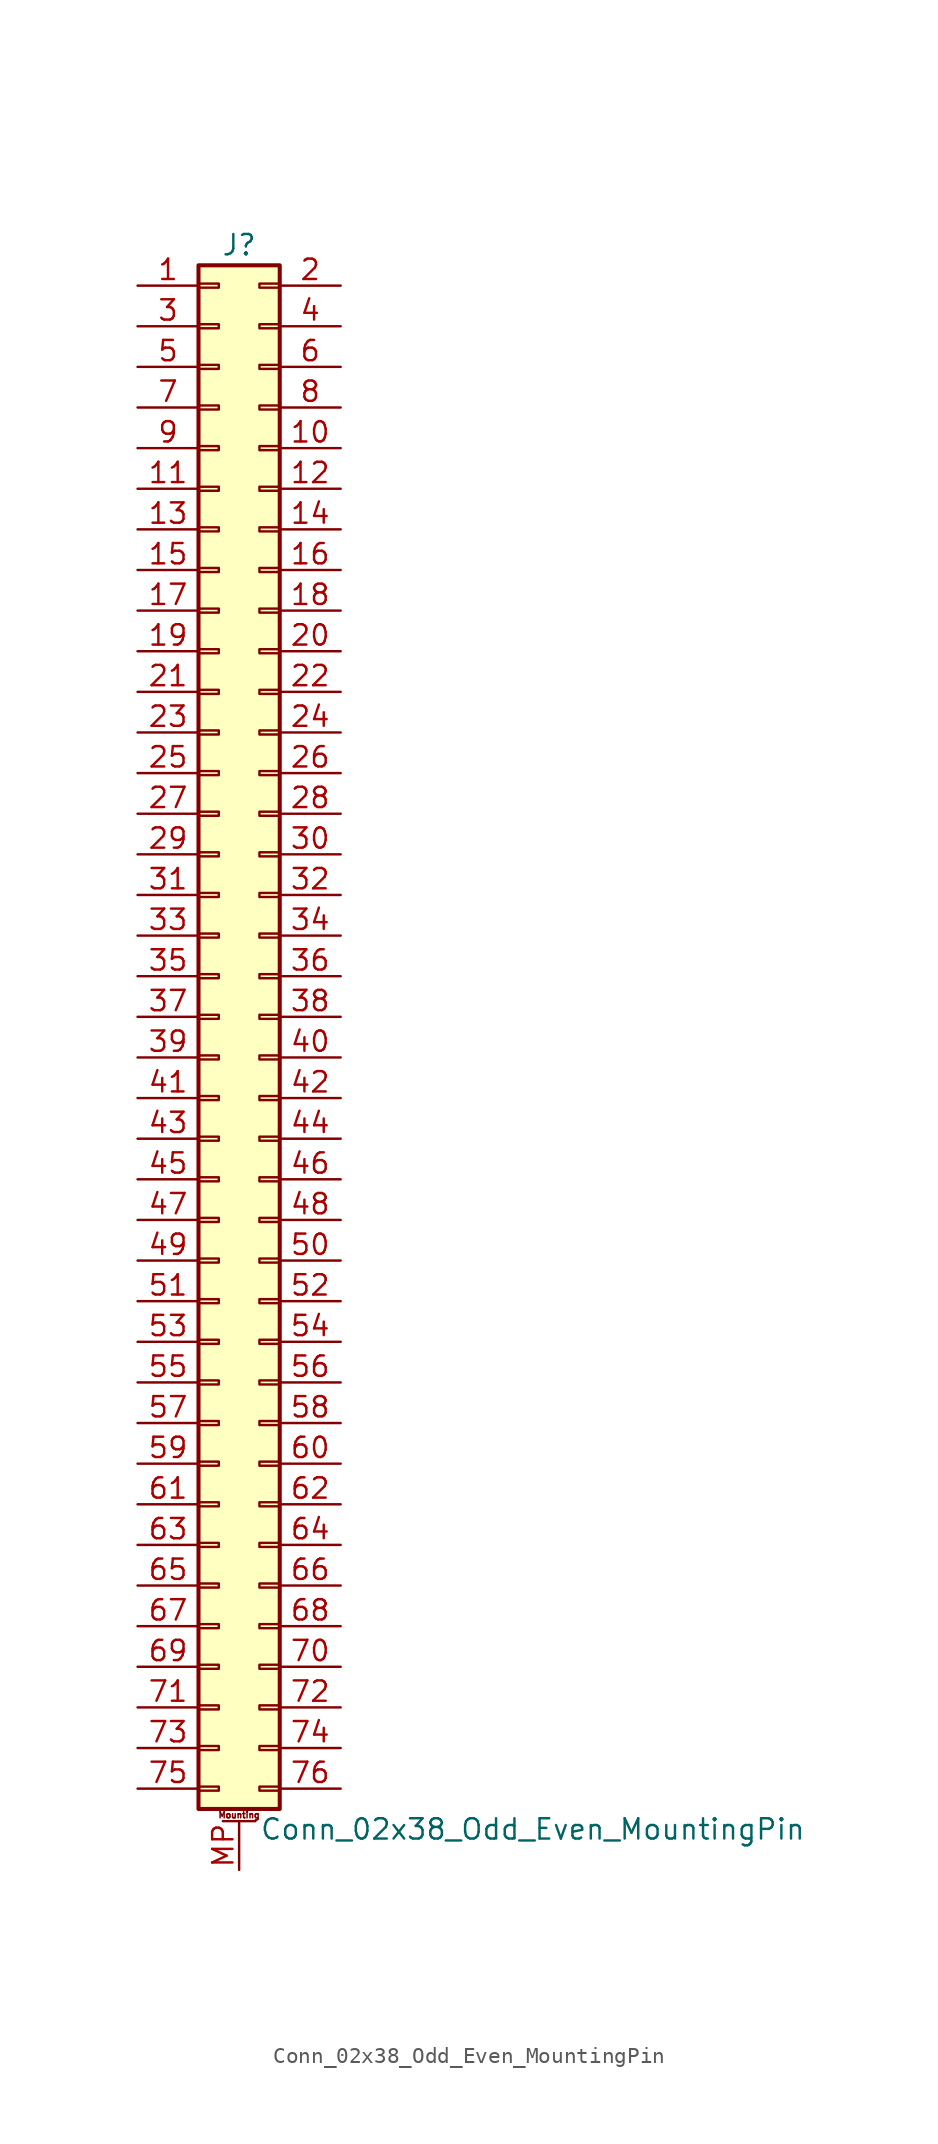
<source format=kicad_sym>
(kicad_symbol_lib
  (version 20201005)
  (generator kicad_symbol_editor)
  (symbol "Conn_02x38_Odd_Even_MountingPin"
    (pin_names
      (offset 1.016) hide)
    (property "Reference" "J"
      (at 1.27 48.26 0)
      (effects (font (size 1.27 1.27))))
    (property "Value" "Conn_02x38_Odd_Even_MountingPin"
      (at 2.54 -50.8 0)
      (effects (font (size 1.27 1.27)) (justify left)))
    (symbol "Conn_02x38_Odd_Even_MountingPin_1_1"
      (text "Mounting" (at 1.27 -49.911 0) (effects (font (size 0.381 0.381))))
      (rectangle (start -1.27 -48.133) (end 0 -48.387) (stroke (width 0.152)) (fill (type none)))
      (rectangle (start -1.27 -45.593) (end 0 -45.847) (stroke (width 0.152)) (fill (type none)))
      (rectangle (start -1.27 -43.053) (end 0 -43.307) (stroke (width 0.152)) (fill (type none)))
      (rectangle (start -1.27 -40.513) (end 0 -40.767) (stroke (width 0.152)) (fill (type none)))
      (rectangle (start -1.27 -37.973) (end 0 -38.227) (stroke (width 0.152)) (fill (type none)))
      (rectangle (start -1.27 -35.433) (end 0 -35.687) (stroke (width 0.152)) (fill (type none)))
      (rectangle (start -1.27 -32.893) (end 0 -33.147) (stroke (width 0.152)) (fill (type none)))
      (rectangle (start -1.27 -30.353) (end 0 -30.607) (stroke (width 0.152)) (fill (type none)))
      (rectangle (start -1.27 -27.813) (end 0 -28.067) (stroke (width 0.152)) (fill (type none)))
      (rectangle (start -1.27 -25.273) (end 0 -25.527) (stroke (width 0.152)) (fill (type none)))
      (rectangle (start -1.27 -22.733) (end 0 -22.987) (stroke (width 0.152)) (fill (type none)))
      (rectangle (start -1.27 -20.193) (end 0 -20.447) (stroke (width 0.152)) (fill (type none)))
      (rectangle (start -1.27 -17.653) (end 0 -17.907) (stroke (width 0.152)) (fill (type none)))
      (rectangle (start -1.27 -15.113) (end 0 -15.367) (stroke (width 0.152)) (fill (type none)))
      (rectangle (start -1.27 -12.573) (end 0 -12.827) (stroke (width 0.152)) (fill (type none)))
      (rectangle (start -1.27 -10.033) (end 0 -10.287) (stroke (width 0.152)) (fill (type none)))
      (rectangle (start -1.27 -7.493) (end 0 -7.747) (stroke (width 0.152)) (fill (type none)))
      (rectangle (start -1.27 -4.953) (end 0 -5.207) (stroke (width 0.152)) (fill (type none)))
      (rectangle (start -1.27 -2.413) (end 0 -2.667) (stroke (width 0.152)) (fill (type none)))
      (rectangle (start -1.27 0.127) (end 0 -0.127) (stroke (width 0.152)) (fill (type none)))
      (rectangle (start -1.27 2.667) (end 0 2.413) (stroke (width 0.152)) (fill (type none)))
      (rectangle (start -1.27 5.207) (end 0 4.953) (stroke (width 0.152)) (fill (type none)))
      (rectangle (start -1.27 7.747) (end 0 7.493) (stroke (width 0.152)) (fill (type none)))
      (rectangle (start -1.27 10.287) (end 0 10.033) (stroke (width 0.152)) (fill (type none)))
      (rectangle (start -1.27 12.827) (end 0 12.573) (stroke (width 0.152)) (fill (type none)))
      (rectangle (start -1.27 15.367) (end 0 15.113) (stroke (width 0.152)) (fill (type none)))
      (rectangle (start -1.27 17.907) (end 0 17.653) (stroke (width 0.152)) (fill (type none)))
      (rectangle (start -1.27 20.447) (end 0 20.193) (stroke (width 0.152)) (fill (type none)))
      (rectangle (start -1.27 22.987) (end 0 22.733) (stroke (width 0.152)) (fill (type none)))
      (rectangle (start -1.27 25.527) (end 0 25.273) (stroke (width 0.152)) (fill (type none)))
      (rectangle (start -1.27 28.067) (end 0 27.813) (stroke (width 0.152)) (fill (type none)))
      (rectangle (start -1.27 30.607) (end 0 30.353) (stroke (width 0.152)) (fill (type none)))
      (rectangle (start -1.27 33.147) (end 0 32.893) (stroke (width 0.152)) (fill (type none)))
      (rectangle (start -1.27 35.687) (end 0 35.433) (stroke (width 0.152)) (fill (type none)))
      (rectangle (start -1.27 38.227) (end 0 37.973) (stroke (width 0.152)) (fill (type none)))
      (rectangle (start -1.27 40.767) (end 0 40.513) (stroke (width 0.152)) (fill (type none)))
      (rectangle (start -1.27 43.307) (end 0 43.053) (stroke (width 0.152)) (fill (type none)))
      (rectangle (start -1.27 45.847) (end 0 45.593) (stroke (width 0.152)) (fill (type none)))
      (rectangle (start -1.27 46.99) (end 3.81 -49.53) (stroke (width 0.254)) (fill (type background)))
      (rectangle (start 3.81 -48.133) (end 2.54 -48.387) (stroke (width 0.152)) (fill (type none)))
      (rectangle (start 3.81 -45.593) (end 2.54 -45.847) (stroke (width 0.152)) (fill (type none)))
      (rectangle (start 3.81 -43.053) (end 2.54 -43.307) (stroke (width 0.152)) (fill (type none)))
      (rectangle (start 3.81 -40.513) (end 2.54 -40.767) (stroke (width 0.152)) (fill (type none)))
      (rectangle (start 3.81 -37.973) (end 2.54 -38.227) (stroke (width 0.152)) (fill (type none)))
      (rectangle (start 3.81 -35.433) (end 2.54 -35.687) (stroke (width 0.152)) (fill (type none)))
      (rectangle (start 3.81 -32.893) (end 2.54 -33.147) (stroke (width 0.152)) (fill (type none)))
      (rectangle (start 3.81 -30.353) (end 2.54 -30.607) (stroke (width 0.152)) (fill (type none)))
      (rectangle (start 3.81 -27.813) (end 2.54 -28.067) (stroke (width 0.152)) (fill (type none)))
      (rectangle (start 3.81 -25.273) (end 2.54 -25.527) (stroke (width 0.152)) (fill (type none)))
      (rectangle (start 3.81 -22.733) (end 2.54 -22.987) (stroke (width 0.152)) (fill (type none)))
      (rectangle (start 3.81 -20.193) (end 2.54 -20.447) (stroke (width 0.152)) (fill (type none)))
      (rectangle (start 3.81 -17.653) (end 2.54 -17.907) (stroke (width 0.152)) (fill (type none)))
      (rectangle (start 3.81 -15.113) (end 2.54 -15.367) (stroke (width 0.152)) (fill (type none)))
      (rectangle (start 3.81 -12.573) (end 2.54 -12.827) (stroke (width 0.152)) (fill (type none)))
      (rectangle (start 3.81 -10.033) (end 2.54 -10.287) (stroke (width 0.152)) (fill (type none)))
      (rectangle (start 3.81 -7.493) (end 2.54 -7.747) (stroke (width 0.152)) (fill (type none)))
      (rectangle (start 3.81 -4.953) (end 2.54 -5.207) (stroke (width 0.152)) (fill (type none)))
      (rectangle (start 3.81 -2.413) (end 2.54 -2.667) (stroke (width 0.152)) (fill (type none)))
      (rectangle (start 3.81 0.127) (end 2.54 -0.127) (stroke (width 0.152)) (fill (type none)))
      (rectangle (start 3.81 2.667) (end 2.54 2.413) (stroke (width 0.152)) (fill (type none)))
      (rectangle (start 3.81 5.207) (end 2.54 4.953) (stroke (width 0.152)) (fill (type none)))
      (rectangle (start 3.81 7.747) (end 2.54 7.493) (stroke (width 0.152)) (fill (type none)))
      (rectangle (start 3.81 10.287) (end 2.54 10.033) (stroke (width 0.152)) (fill (type none)))
      (rectangle (start 3.81 12.827) (end 2.54 12.573) (stroke (width 0.152)) (fill (type none)))
      (rectangle (start 3.81 15.367) (end 2.54 15.113) (stroke (width 0.152)) (fill (type none)))
      (rectangle (start 3.81 17.907) (end 2.54 17.653) (stroke (width 0.152)) (fill (type none)))
      (rectangle (start 3.81 20.447) (end 2.54 20.193) (stroke (width 0.152)) (fill (type none)))
      (rectangle (start 3.81 22.987) (end 2.54 22.733) (stroke (width 0.152)) (fill (type none)))
      (rectangle (start 3.81 25.527) (end 2.54 25.273) (stroke (width 0.152)) (fill (type none)))
      (rectangle (start 3.81 28.067) (end 2.54 27.813) (stroke (width 0.152)) (fill (type none)))
      (rectangle (start 3.81 30.607) (end 2.54 30.353) (stroke (width 0.152)) (fill (type none)))
      (rectangle (start 3.81 33.147) (end 2.54 32.893) (stroke (width 0.152)) (fill (type none)))
      (rectangle (start 3.81 35.687) (end 2.54 35.433) (stroke (width 0.152)) (fill (type none)))
      (rectangle (start 3.81 38.227) (end 2.54 37.973) (stroke (width 0.152)) (fill (type none)))
      (rectangle (start 3.81 40.767) (end 2.54 40.513) (stroke (width 0.152)) (fill (type none)))
      (rectangle (start 3.81 43.307) (end 2.54 43.053) (stroke (width 0.152)) (fill (type none)))
      (rectangle (start 3.81 45.847) (end 2.54 45.593) (stroke (width 0.152)) (fill (type none)))
      (polyline (pts (xy 0.254 -50.292) (xy 2.286 -50.292)) (stroke (width 0.152)) (fill (type none)))
      (pin passive line (at -5.08 45.72 0) (length 3.81) (name "Pin_1" (effects (font (size 1.27 1.27)))) (number "1" (effects (font (size 1.27 1.27)))))
      (pin passive line (at 7.62 35.56 180) (length 3.81) (name "Pin_10" (effects (font (size 1.27 1.27)))) (number "10" (effects (font (size 1.27 1.27)))))
      (pin passive line (at -5.08 33.02 0) (length 3.81) (name "Pin_11" (effects (font (size 1.27 1.27)))) (number "11" (effects (font (size 1.27 1.27)))))
      (pin passive line (at 7.62 33.02 180) (length 3.81) (name "Pin_12" (effects (font (size 1.27 1.27)))) (number "12" (effects (font (size 1.27 1.27)))))
      (pin passive line (at -5.08 30.48 0) (length 3.81) (name "Pin_13" (effects (font (size 1.27 1.27)))) (number "13" (effects (font (size 1.27 1.27)))))
      (pin passive line (at 7.62 30.48 180) (length 3.81) (name "Pin_14" (effects (font (size 1.27 1.27)))) (number "14" (effects (font (size 1.27 1.27)))))
      (pin passive line (at -5.08 27.94 0) (length 3.81) (name "Pin_15" (effects (font (size 1.27 1.27)))) (number "15" (effects (font (size 1.27 1.27)))))
      (pin passive line (at 7.62 27.94 180) (length 3.81) (name "Pin_16" (effects (font (size 1.27 1.27)))) (number "16" (effects (font (size 1.27 1.27)))))
      (pin passive line (at -5.08 25.4 0) (length 3.81) (name "Pin_17" (effects (font (size 1.27 1.27)))) (number "17" (effects (font (size 1.27 1.27)))))
      (pin passive line (at 7.62 25.4 180) (length 3.81) (name "Pin_18" (effects (font (size 1.27 1.27)))) (number "18" (effects (font (size 1.27 1.27)))))
      (pin passive line (at -5.08 22.86 0) (length 3.81) (name "Pin_19" (effects (font (size 1.27 1.27)))) (number "19" (effects (font (size 1.27 1.27)))))
      (pin passive line (at 7.62 45.72 180) (length 3.81) (name "Pin_2" (effects (font (size 1.27 1.27)))) (number "2" (effects (font (size 1.27 1.27)))))
      (pin passive line (at 7.62 22.86 180) (length 3.81) (name "Pin_20" (effects (font (size 1.27 1.27)))) (number "20" (effects (font (size 1.27 1.27)))))
      (pin passive line (at -5.08 20.32 0) (length 3.81) (name "Pin_21" (effects (font (size 1.27 1.27)))) (number "21" (effects (font (size 1.27 1.27)))))
      (pin passive line (at 7.62 20.32 180) (length 3.81) (name "Pin_22" (effects (font (size 1.27 1.27)))) (number "22" (effects (font (size 1.27 1.27)))))
      (pin passive line (at -5.08 17.78 0) (length 3.81) (name "Pin_23" (effects (font (size 1.27 1.27)))) (number "23" (effects (font (size 1.27 1.27)))))
      (pin passive line (at 7.62 17.78 180) (length 3.81) (name "Pin_24" (effects (font (size 1.27 1.27)))) (number "24" (effects (font (size 1.27 1.27)))))
      (pin passive line (at -5.08 15.24 0) (length 3.81) (name "Pin_25" (effects (font (size 1.27 1.27)))) (number "25" (effects (font (size 1.27 1.27)))))
      (pin passive line (at 7.62 15.24 180) (length 3.81) (name "Pin_26" (effects (font (size 1.27 1.27)))) (number "26" (effects (font (size 1.27 1.27)))))
      (pin passive line (at -5.08 12.7 0) (length 3.81) (name "Pin_27" (effects (font (size 1.27 1.27)))) (number "27" (effects (font (size 1.27 1.27)))))
      (pin passive line (at 7.62 12.7 180) (length 3.81) (name "Pin_28" (effects (font (size 1.27 1.27)))) (number "28" (effects (font (size 1.27 1.27)))))
      (pin passive line (at -5.08 10.16 0) (length 3.81) (name "Pin_29" (effects (font (size 1.27 1.27)))) (number "29" (effects (font (size 1.27 1.27)))))
      (pin passive line (at -5.08 43.18 0) (length 3.81) (name "Pin_3" (effects (font (size 1.27 1.27)))) (number "3" (effects (font (size 1.27 1.27)))))
      (pin passive line (at 7.62 10.16 180) (length 3.81) (name "Pin_30" (effects (font (size 1.27 1.27)))) (number "30" (effects (font (size 1.27 1.27)))))
      (pin passive line (at -5.08 7.62 0) (length 3.81) (name "Pin_31" (effects (font (size 1.27 1.27)))) (number "31" (effects (font (size 1.27 1.27)))))
      (pin passive line (at 7.62 7.62 180) (length 3.81) (name "Pin_32" (effects (font (size 1.27 1.27)))) (number "32" (effects (font (size 1.27 1.27)))))
      (pin passive line (at -5.08 5.08 0) (length 3.81) (name "Pin_33" (effects (font (size 1.27 1.27)))) (number "33" (effects (font (size 1.27 1.27)))))
      (pin passive line (at 7.62 5.08 180) (length 3.81) (name "Pin_34" (effects (font (size 1.27 1.27)))) (number "34" (effects (font (size 1.27 1.27)))))
      (pin passive line (at -5.08 2.54 0) (length 3.81) (name "Pin_35" (effects (font (size 1.27 1.27)))) (number "35" (effects (font (size 1.27 1.27)))))
      (pin passive line (at 7.62 2.54 180) (length 3.81) (name "Pin_36" (effects (font (size 1.27 1.27)))) (number "36" (effects (font (size 1.27 1.27)))))
      (pin passive line (at -5.08 0 0) (length 3.81) (name "Pin_37" (effects (font (size 1.27 1.27)))) (number "37" (effects (font (size 1.27 1.27)))))
      (pin passive line (at 7.62 0 180) (length 3.81) (name "Pin_38" (effects (font (size 1.27 1.27)))) (number "38" (effects (font (size 1.27 1.27)))))
      (pin passive line (at -5.08 -2.54 0) (length 3.81) (name "Pin_39" (effects (font (size 1.27 1.27)))) (number "39" (effects (font (size 1.27 1.27)))))
      (pin passive line (at 7.62 43.18 180) (length 3.81) (name "Pin_4" (effects (font (size 1.27 1.27)))) (number "4" (effects (font (size 1.27 1.27)))))
      (pin passive line (at 7.62 -2.54 180) (length 3.81) (name "Pin_40" (effects (font (size 1.27 1.27)))) (number "40" (effects (font (size 1.27 1.27)))))
      (pin passive line (at -5.08 -5.08 0) (length 3.81) (name "Pin_41" (effects (font (size 1.27 1.27)))) (number "41" (effects (font (size 1.27 1.27)))))
      (pin passive line (at 7.62 -5.08 180) (length 3.81) (name "Pin_42" (effects (font (size 1.27 1.27)))) (number "42" (effects (font (size 1.27 1.27)))))
      (pin passive line (at -5.08 -7.62 0) (length 3.81) (name "Pin_43" (effects (font (size 1.27 1.27)))) (number "43" (effects (font (size 1.27 1.27)))))
      (pin passive line (at 7.62 -7.62 180) (length 3.81) (name "Pin_44" (effects (font (size 1.27 1.27)))) (number "44" (effects (font (size 1.27 1.27)))))
      (pin passive line (at -5.08 -10.16 0) (length 3.81) (name "Pin_45" (effects (font (size 1.27 1.27)))) (number "45" (effects (font (size 1.27 1.27)))))
      (pin passive line (at 7.62 -10.16 180) (length 3.81) (name "Pin_46" (effects (font (size 1.27 1.27)))) (number "46" (effects (font (size 1.27 1.27)))))
      (pin passive line (at -5.08 -12.7 0) (length 3.81) (name "Pin_47" (effects (font (size 1.27 1.27)))) (number "47" (effects (font (size 1.27 1.27)))))
      (pin passive line (at 7.62 -12.7 180) (length 3.81) (name "Pin_48" (effects (font (size 1.27 1.27)))) (number "48" (effects (font (size 1.27 1.27)))))
      (pin passive line (at -5.08 -15.24 0) (length 3.81) (name "Pin_49" (effects (font (size 1.27 1.27)))) (number "49" (effects (font (size 1.27 1.27)))))
      (pin passive line (at -5.08 40.64 0) (length 3.81) (name "Pin_5" (effects (font (size 1.27 1.27)))) (number "5" (effects (font (size 1.27 1.27)))))
      (pin passive line (at 7.62 -15.24 180) (length 3.81) (name "Pin_50" (effects (font (size 1.27 1.27)))) (number "50" (effects (font (size 1.27 1.27)))))
      (pin passive line (at -5.08 -17.78 0) (length 3.81) (name "Pin_51" (effects (font (size 1.27 1.27)))) (number "51" (effects (font (size 1.27 1.27)))))
      (pin passive line (at 7.62 -17.78 180) (length 3.81) (name "Pin_52" (effects (font (size 1.27 1.27)))) (number "52" (effects (font (size 1.27 1.27)))))
      (pin passive line (at -5.08 -20.32 0) (length 3.81) (name "Pin_53" (effects (font (size 1.27 1.27)))) (number "53" (effects (font (size 1.27 1.27)))))
      (pin passive line (at 7.62 -20.32 180) (length 3.81) (name "Pin_54" (effects (font (size 1.27 1.27)))) (number "54" (effects (font (size 1.27 1.27)))))
      (pin passive line (at -5.08 -22.86 0) (length 3.81) (name "Pin_55" (effects (font (size 1.27 1.27)))) (number "55" (effects (font (size 1.27 1.27)))))
      (pin passive line (at 7.62 -22.86 180) (length 3.81) (name "Pin_56" (effects (font (size 1.27 1.27)))) (number "56" (effects (font (size 1.27 1.27)))))
      (pin passive line (at -5.08 -25.4 0) (length 3.81) (name "Pin_57" (effects (font (size 1.27 1.27)))) (number "57" (effects (font (size 1.27 1.27)))))
      (pin passive line (at 7.62 -25.4 180) (length 3.81) (name "Pin_58" (effects (font (size 1.27 1.27)))) (number "58" (effects (font (size 1.27 1.27)))))
      (pin passive line (at -5.08 -27.94 0) (length 3.81) (name "Pin_59" (effects (font (size 1.27 1.27)))) (number "59" (effects (font (size 1.27 1.27)))))
      (pin passive line (at 7.62 40.64 180) (length 3.81) (name "Pin_6" (effects (font (size 1.27 1.27)))) (number "6" (effects (font (size 1.27 1.27)))))
      (pin passive line (at 7.62 -27.94 180) (length 3.81) (name "Pin_60" (effects (font (size 1.27 1.27)))) (number "60" (effects (font (size 1.27 1.27)))))
      (pin passive line (at -5.08 -30.48 0) (length 3.81) (name "Pin_61" (effects (font (size 1.27 1.27)))) (number "61" (effects (font (size 1.27 1.27)))))
      (pin passive line (at 7.62 -30.48 180) (length 3.81) (name "Pin_62" (effects (font (size 1.27 1.27)))) (number "62" (effects (font (size 1.27 1.27)))))
      (pin passive line (at -5.08 -33.02 0) (length 3.81) (name "Pin_63" (effects (font (size 1.27 1.27)))) (number "63" (effects (font (size 1.27 1.27)))))
      (pin passive line (at 7.62 -33.02 180) (length 3.81) (name "Pin_64" (effects (font (size 1.27 1.27)))) (number "64" (effects (font (size 1.27 1.27)))))
      (pin passive line (at -5.08 -35.56 0) (length 3.81) (name "Pin_65" (effects (font (size 1.27 1.27)))) (number "65" (effects (font (size 1.27 1.27)))))
      (pin passive line (at 7.62 -35.56 180) (length 3.81) (name "Pin_66" (effects (font (size 1.27 1.27)))) (number "66" (effects (font (size 1.27 1.27)))))
      (pin passive line (at -5.08 -38.1 0) (length 3.81) (name "Pin_67" (effects (font (size 1.27 1.27)))) (number "67" (effects (font (size 1.27 1.27)))))
      (pin passive line (at 7.62 -38.1 180) (length 3.81) (name "Pin_68" (effects (font (size 1.27 1.27)))) (number "68" (effects (font (size 1.27 1.27)))))
      (pin passive line (at -5.08 -40.64 0) (length 3.81) (name "Pin_69" (effects (font (size 1.27 1.27)))) (number "69" (effects (font (size 1.27 1.27)))))
      (pin passive line (at -5.08 38.1 0) (length 3.81) (name "Pin_7" (effects (font (size 1.27 1.27)))) (number "7" (effects (font (size 1.27 1.27)))))
      (pin passive line (at 7.62 -40.64 180) (length 3.81) (name "Pin_70" (effects (font (size 1.27 1.27)))) (number "70" (effects (font (size 1.27 1.27)))))
      (pin passive line (at -5.08 -43.18 0) (length 3.81) (name "Pin_71" (effects (font (size 1.27 1.27)))) (number "71" (effects (font (size 1.27 1.27)))))
      (pin passive line (at 7.62 -43.18 180) (length 3.81) (name "Pin_72" (effects (font (size 1.27 1.27)))) (number "72" (effects (font (size 1.27 1.27)))))
      (pin passive line (at -5.08 -45.72 0) (length 3.81) (name "Pin_73" (effects (font (size 1.27 1.27)))) (number "73" (effects (font (size 1.27 1.27)))))
      (pin passive line (at 7.62 -45.72 180) (length 3.81) (name "Pin_74" (effects (font (size 1.27 1.27)))) (number "74" (effects (font (size 1.27 1.27)))))
      (pin passive line (at -5.08 -48.26 0) (length 3.81) (name "Pin_75" (effects (font (size 1.27 1.27)))) (number "75" (effects (font (size 1.27 1.27)))))
      (pin passive line (at 7.62 -48.26 180) (length 3.81) (name "Pin_76" (effects (font (size 1.27 1.27)))) (number "76" (effects (font (size 1.27 1.27)))))
      (pin passive line (at 7.62 38.1 180) (length 3.81) (name "Pin_8" (effects (font (size 1.27 1.27)))) (number "8" (effects (font (size 1.27 1.27)))))
      (pin passive line (at -5.08 35.56 0) (length 3.81) (name "Pin_9" (effects (font (size 1.27 1.27)))) (number "9" (effects (font (size 1.27 1.27)))))
      (pin passive line (at 1.27 -53.34 90) (length 3.048) (name "MountPin" (effects (font (size 1.27 1.27)))) (number "MP" (effects (font (size 1.27 1.27))))))))
</source>
